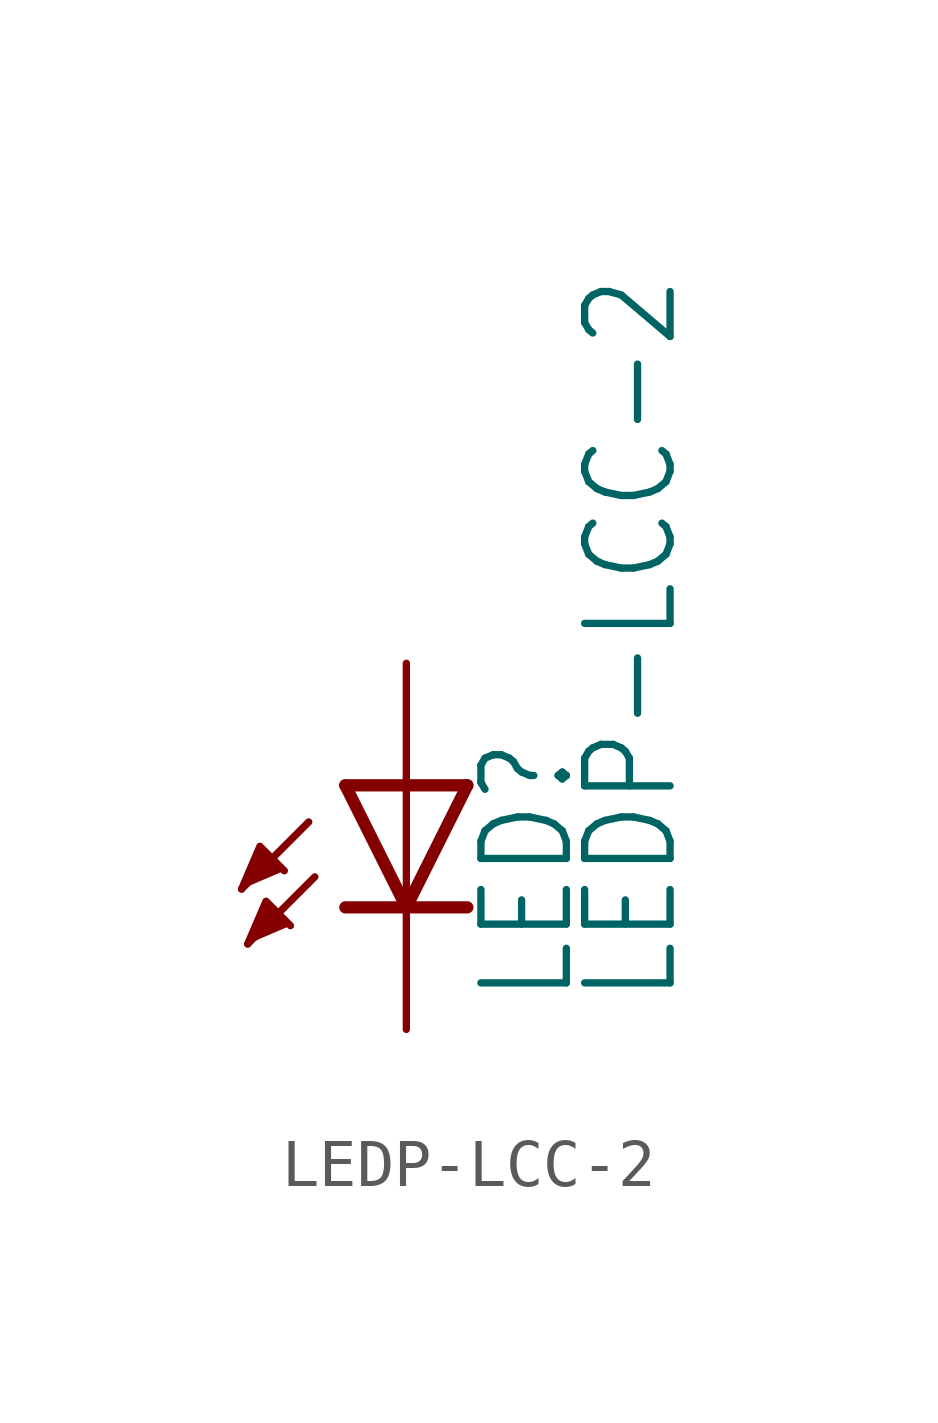
<source format=kicad_sym>
(kicad_symbol_lib
  (version 20211014)
  (generator kicad_symbol_editor)
  (symbol "LEDP-LCC-2"
    (property "Reference" "LED"
      (at 3.556 -4.572 90)
      (effects (font (size 1.778 1.511)) (justify left bottom)))
    (property "Value" "LEDP-LCC-2"
      (at 5.715 -4.572 90)
      (effects (font (size 1.778 1.511)) (justify left bottom)))
    (property "ki_locked" ""
      (at 0 0 0)
      (effects (font (size 1.27 1.27))))
    (symbol "LEDP-LCC-2_1_0"
      (polyline (pts (xy -2.032 -0.762) (xy -3.429 -2.159)) (stroke (width 0.152) (type default) (color 0 0 0 0)) (fill (type none)))
      (polyline (pts (xy -1.905 -1.905) (xy -3.302 -3.302)) (stroke (width 0.152) (type default) (color 0 0 0 0)) (fill (type none)))
      (polyline (pts (xy 0 -2.54) (xy -1.27 -2.54)) (stroke (width 0.254) (type default) (color 0 0 0 0)) (fill (type none)))
      (polyline (pts (xy 0 -2.54) (xy -1.27 0)) (stroke (width 0.254) (type default) (color 0 0 0 0)) (fill (type none)))
      (polyline (pts (xy 0 0) (xy -1.27 0)) (stroke (width 0.254) (type default) (color 0 0 0 0)) (fill (type none)))
      (polyline (pts (xy 0 0) (xy 0 -2.54)) (stroke (width 0.152) (type default) (color 0 0 0 0)) (fill (type none)))
      (polyline (pts (xy 1.27 -2.54) (xy 0 -2.54)) (stroke (width 0.254) (type default) (color 0 0 0 0)) (fill (type none)))
      (polyline (pts (xy 1.27 0) (xy 0 -2.54)) (stroke (width 0.254) (type default) (color 0 0 0 0)) (fill (type none)))
      (polyline (pts (xy 1.27 0) (xy 0 0)) (stroke (width 0.254) (type default) (color 0 0 0 0)) (fill (type none)))
      (polyline (pts (xy -3.429 -2.159) (xy -3.048 -1.27) (xy -2.54 -1.778)) (stroke (width 0) (type default) (color 0 0 0 0)) (fill (type outline)))
      (polyline (pts (xy -3.302 -3.302) (xy -2.921 -2.413) (xy -2.413 -2.921)) (stroke (width 0) (type default) (color 0 0 0 0)) (fill (type outline)))
      (pin passive line (at 0 2.54 270) (length 2.54) (name "A" (effects (font (size 0 0)))) (number "A" (effects (font (size 0 0)))))
      (pin passive line (at 0 -5.08 90) (length 2.54) (name "C" (effects (font (size 0 0)))) (number "C" (effects (font (size 0 0))))))))
</source>
